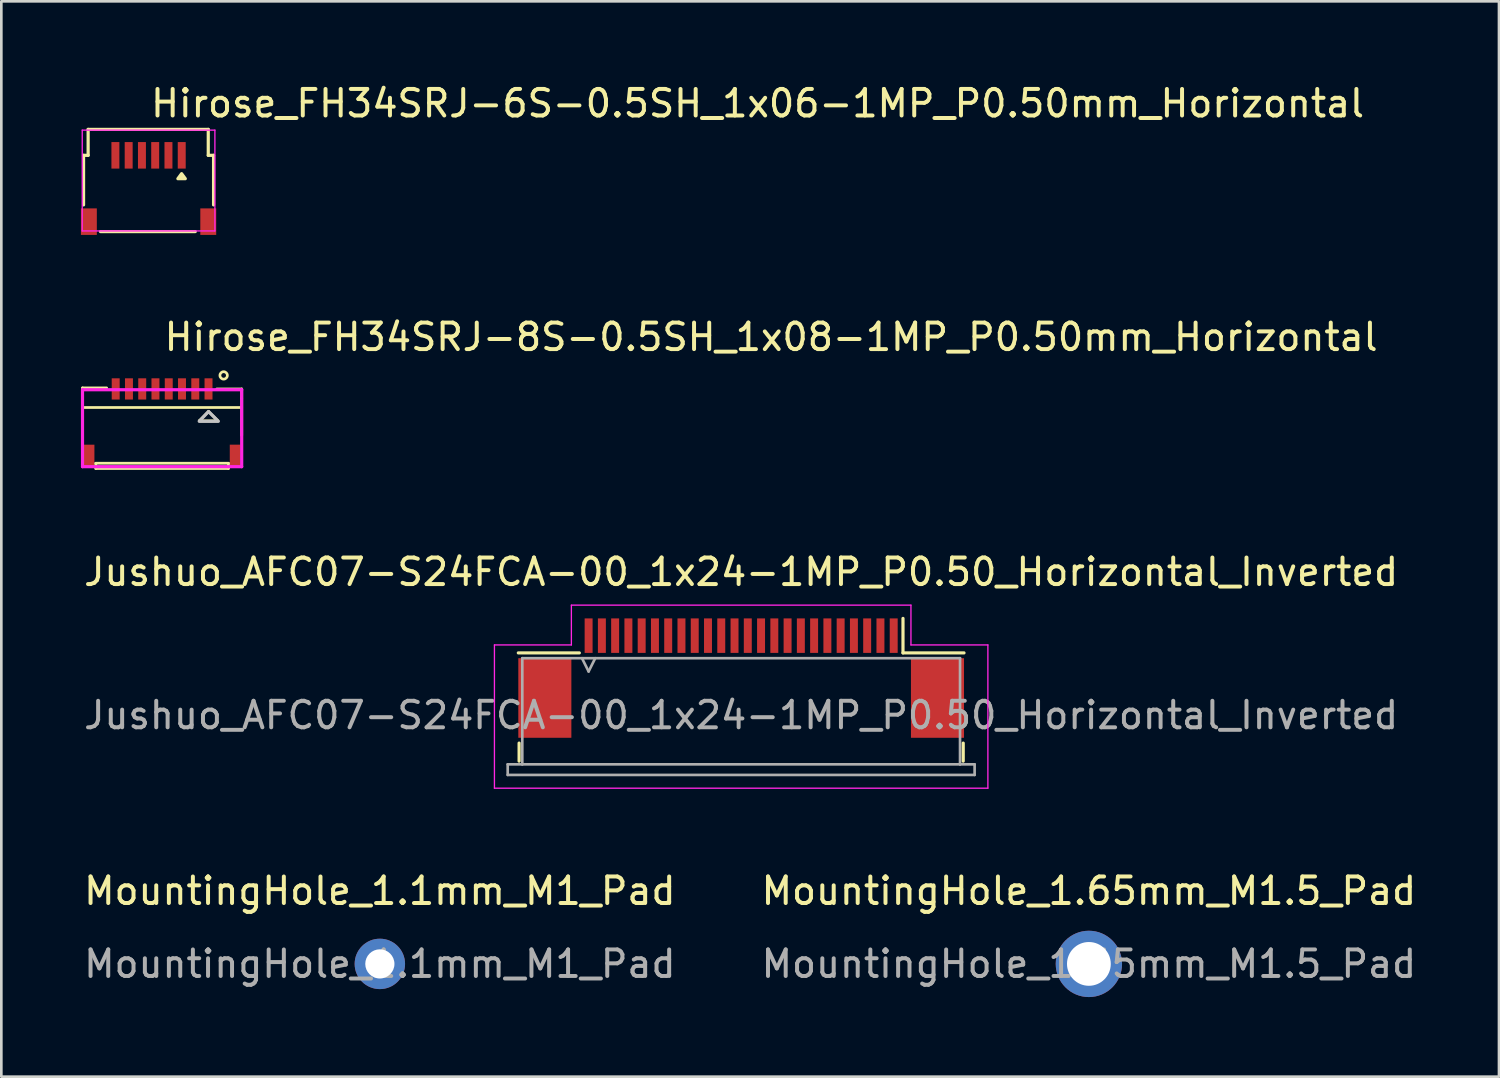
<source format=kicad_pcb>
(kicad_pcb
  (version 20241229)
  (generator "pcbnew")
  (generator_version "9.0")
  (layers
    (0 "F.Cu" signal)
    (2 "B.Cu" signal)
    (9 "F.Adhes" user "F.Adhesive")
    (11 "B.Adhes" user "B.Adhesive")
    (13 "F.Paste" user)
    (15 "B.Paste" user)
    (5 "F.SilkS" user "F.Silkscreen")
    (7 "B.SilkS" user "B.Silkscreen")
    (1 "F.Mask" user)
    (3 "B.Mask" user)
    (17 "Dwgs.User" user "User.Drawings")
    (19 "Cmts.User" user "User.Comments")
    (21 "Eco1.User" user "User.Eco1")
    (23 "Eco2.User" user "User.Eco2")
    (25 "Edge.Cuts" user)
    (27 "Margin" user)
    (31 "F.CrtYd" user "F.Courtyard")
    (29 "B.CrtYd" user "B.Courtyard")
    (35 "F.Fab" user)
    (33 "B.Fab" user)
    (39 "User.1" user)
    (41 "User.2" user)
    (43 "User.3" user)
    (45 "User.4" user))
  (footprint "Hirose_FH34SRJ-8S-0.5SH_1x08-1MP_P0.50mm_Horizontal"
    (layer "F.Cu")
    (at 3.06 12.861)
    (property "Reference" "Hirose_FH34SRJ-8S-0.5SH_1x08-1MP_P0.50mm_Horizontal" (at 0 -3.207 0) (layer "F.SilkS") (effects (font (size 1 1) (thickness 0.15)) (justify left)))
    (attr smd)
    (fp_line (start -3 -1.29) (end -2.09 -1.29) (stroke (width 0.102) (type solid)) (layer "F.SilkS"))
    (fp_line (start -3 -0.902) (end -3 -1.29) (stroke (width 0.102) (type solid)) (layer "F.SilkS"))
    (fp_line (start -3 -0.902) (end -3 0.501) (stroke (width 0.102) (type solid)) (layer "F.SilkS"))
    (fp_line (start -3 -0.551) (end 3 -0.551) (stroke (width 0.102) (type solid)) (layer "F.SilkS"))
    (fp_line (start -2.499 1.55) (end -2.499 1.75) (stroke (width 0.102) (type solid)) (layer "F.SilkS"))
    (fp_line (start -2.499 1.75) (end 2.499 1.75) (stroke (width 0.102) (type solid)) (layer "F.SilkS"))
    (fp_line (start 1.401 -0.05) (end 2.101 -0.05) (stroke (width 0.102) (type solid)) (layer "F.SilkS"))
    (fp_line (start 1.751 -0.4) (end 1.401 -0.05) (stroke (width 0.102) (type solid)) (layer "F.SilkS"))
    (fp_line (start 2.101 -0.05) (end 1.751 -0.4) (stroke (width 0.102) (type solid)) (layer "F.SilkS"))
    (fp_line (start 2.499 1.55) (end -2.499 1.55) (stroke (width 0.102) (type solid)) (layer "F.SilkS"))
    (fp_line (start 2.501 1.55) (end 2.501 1.75) (stroke (width 0.102) (type solid)) (layer "F.SilkS"))
    (fp_line (start 3.001 -1.25) (end 2.06 -1.25) (stroke (width 0.102) (type solid)) (layer "F.SilkS"))
    (fp_line (start 3.001 -0.9) (end 3.001 -1.25) (stroke (width 0.102) (type solid)) (layer "F.SilkS"))
    (fp_line (start 3.001 0.5) (end 3.001 -0.9) (stroke (width 0.102) (type solid)) (layer "F.SilkS"))
    (fp_circle (center 2.32 -1.76) (end 2.46 -1.76) (stroke (width 0.102) (type solid)) (fill no) (layer "F.SilkS"))
    (fp_poly (pts (xy 1.4 -0.03) (xy 2.12 -0.03) (xy 1.75 -0.4)) (stroke (width 0.12) (type solid)) (fill no) (layer "Dwgs.User"))
    (fp_line (start -3 -1.22) (end 3 -1.22) (stroke (width 0.12) (type solid)) (layer "F.CrtYd"))
    (fp_line (start -3 1.68) (end -3 -1.22) (stroke (width 0.12) (type solid)) (layer "F.CrtYd"))
    (fp_line (start 3 -1.22) (end 3 1.68) (stroke (width 0.12) (type solid)) (layer "F.CrtYd"))
    (fp_line (start 3 1.68) (end -3 1.68) (stroke (width 0.12) (type solid)) (layer "F.CrtYd"))
    (pad "1" smd rect (at 1.75 -1.251 180) (size 0.3 0.8) (layers "F.Cu" "F.Mask" "F.Paste"))
    (pad "2" smd rect (at 1.251 -1.251 180) (size 0.3 0.8) (layers "F.Cu" "F.Mask" "F.Paste"))
    (pad "3" smd rect (at 0.75 -1.251 180) (size 0.3 0.8) (layers "F.Cu" "F.Mask" "F.Paste"))
    (pad "4" smd rect (at 0.251 -1.251 180) (size 0.3 0.8) (layers "F.Cu" "F.Mask" "F.Paste"))
    (pad "5" smd rect (at -0.25 -1.251 180) (size 0.3 0.8) (layers "F.Cu" "F.Mask" "F.Paste"))
    (pad "6" smd rect (at -0.749 -1.251 180) (size 0.3 0.8) (layers "F.Cu" "F.Mask" "F.Paste"))
    (pad "7" smd rect (at -1.249 -1.251 180) (size 0.3 0.8) (layers "F.Cu" "F.Mask" "F.Paste"))
    (pad "8" smd rect (at -1.749 -1.251 180) (size 0.3 0.8) (layers "F.Cu" "F.Mask" "F.Paste"))
    (pad "MP" smd rect (at -2.751 1.251) (size 0.4 0.8) (layers "F.Cu" "F.Mask" "F.Paste"))
    (pad "MP" smd rect (at 2.751 1.25 180) (size 0.4 0.8) (layers "F.Cu" "F.Mask" "F.Paste")))
  (footprint "Jushuo_AFC07-S24FCA-00_1x24-1MP_P0.50_Horizontal_Inverted"
    (layer "F.Cu")
    (at 24.887 22.51)
    (property "Reference" "Jushuo_AFC07-S24FCA-00_1x24-1MP_P0.50_Horizontal_Inverted" (at 0 -4 0) (layer "F.SilkS") (effects (font (size 1 1) (thickness 0.15))))
    (attr smd)
    (fp_line (start -8.37 2.45) (end -8.37 3.13) (stroke (width 0.12) (type solid)) (layer "F.SilkS"))
    (fp_line (start -6.1 -0.95) (end -8.4 -0.95) (stroke (width 0.12) (type solid)) (layer "F.SilkS"))
    (fp_line (start 6.1 -0.95) (end 6.1 -2.25) (stroke (width 0.12) (type solid)) (layer "F.SilkS"))
    (fp_line (start 6.1 -0.95) (end 8.4 -0.95) (stroke (width 0.12) (type solid)) (layer "F.SilkS"))
    (fp_line (start 8.37 2.45) (end 8.37 3.13) (stroke (width 0.12) (type solid)) (layer "F.SilkS"))
    (fp_line (start -9.3 -1.25) (end -9.3 4.15) (stroke (width 0.05) (type solid)) (layer "F.CrtYd"))
    (fp_line (start -9.3 4.15) (end 9.3 4.15) (stroke (width 0.05) (type solid)) (layer "F.CrtYd"))
    (fp_line (start -6.4 -2.75) (end -6.4 -1.25) (stroke (width 0.05) (type solid)) (layer "F.CrtYd"))
    (fp_line (start -6.4 -1.25) (end -9.3 -1.25) (stroke (width 0.05) (type solid)) (layer "F.CrtYd"))
    (fp_line (start 6.4 -2.75) (end -6.4 -2.75) (stroke (width 0.05) (type solid)) (layer "F.CrtYd"))
    (fp_line (start 6.4 -1.25) (end 6.4 -2.75) (stroke (width 0.05) (type solid)) (layer "F.CrtYd"))
    (fp_line (start 9.3 -1.25) (end 6.4 -1.25) (stroke (width 0.05) (type solid)) (layer "F.CrtYd"))
    (fp_line (start 9.3 4.15) (end 9.3 -1.25) (stroke (width 0.05) (type solid)) (layer "F.CrtYd"))
    (fp_line (start -8.8 3.25) (end -8.8 3.65) (stroke (width 0.1) (type solid)) (layer "F.Fab"))
    (fp_line (start -8.8 3.65) (end 8.8 3.65) (stroke (width 0.1) (type solid)) (layer "F.Fab"))
    (fp_line (start -8.25 -0.75) (end 8.25 -0.75) (stroke (width 0.1) (type solid)) (layer "F.Fab"))
    (fp_line (start -8.25 3.25) (end -8.8 3.25) (stroke (width 0.1) (type solid)) (layer "F.Fab"))
    (fp_line (start -8.25 3.25) (end -8.25 -0.75) (stroke (width 0.1) (type solid)) (layer "F.Fab"))
    (fp_line (start -6 -0.75) (end -5.75 -0.25) (stroke (width 0.1) (type solid)) (layer "F.Fab"))
    (fp_line (start -5.75 -0.25) (end -5.5 -0.75) (stroke (width 0.1) (type solid)) (layer "F.Fab"))
    (fp_line (start 8.25 3.25) (end -8.25 3.25) (stroke (width 0.1) (type solid)) (layer "F.Fab"))
    (fp_line (start 8.25 3.25) (end 8.25 -0.75) (stroke (width 0.1) (type solid)) (layer "F.Fab"))
    (fp_line (start 8.8 3.25) (end 8.25 3.25) (stroke (width 0.1) (type solid)) (layer "F.Fab"))
    (fp_line (start 8.8 3.65) (end 8.8 3.25) (stroke (width 0.1) (type solid)) (layer "F.Fab"))
    (fp_text user "${REFERENCE}" (at 0 1.4 0) (unlocked yes) (layer "F.Fab") (effects (font (size 1 1) (thickness 0.15))))
    (pad "1" smd rect (at 5.75 -1.6) (size 0.3 1.3) (layers "F.Cu" "F.Mask" "F.Paste"))
    (pad "2" smd rect (at 5.25 -1.6) (size 0.3 1.3) (layers "F.Cu" "F.Mask" "F.Paste"))
    (pad "3" smd rect (at 4.75 -1.6) (size 0.3 1.3) (layers "F.Cu" "F.Mask" "F.Paste"))
    (pad "4" smd rect (at 4.25 -1.6) (size 0.3 1.3) (layers "F.Cu" "F.Mask" "F.Paste"))
    (pad "5" smd rect (at 3.75 -1.6) (size 0.3 1.3) (layers "F.Cu" "F.Mask" "F.Paste"))
    (pad "6" smd rect (at 3.25 -1.6) (size 0.3 1.3) (layers "F.Cu" "F.Mask" "F.Paste"))
    (pad "7" smd rect (at 2.75 -1.6) (size 0.3 1.3) (layers "F.Cu" "F.Mask" "F.Paste"))
    (pad "8" smd rect (at 2.25 -1.6) (size 0.3 1.3) (layers "F.Cu" "F.Mask" "F.Paste"))
    (pad "9" smd rect (at 1.75 -1.6) (size 0.3 1.3) (layers "F.Cu" "F.Mask" "F.Paste"))
    (pad "10" smd rect (at 1.25 -1.6) (size 0.3 1.3) (layers "F.Cu" "F.Mask" "F.Paste"))
    (pad "11" smd rect (at 0.75 -1.6) (size 0.3 1.3) (layers "F.Cu" "F.Mask" "F.Paste"))
    (pad "12" smd rect (at 0.25 -1.6) (size 0.3 1.3) (layers "F.Cu" "F.Mask" "F.Paste"))
    (pad "13" smd rect (at -0.25 -1.6) (size 0.3 1.3) (layers "F.Cu" "F.Mask" "F.Paste"))
    (pad "14" smd rect (at -0.75 -1.6) (size 0.3 1.3) (layers "F.Cu" "F.Mask" "F.Paste"))
    (pad "15" smd rect (at -1.25 -1.6) (size 0.3 1.3) (layers "F.Cu" "F.Mask" "F.Paste"))
    (pad "16" smd rect (at -1.75 -1.6) (size 0.3 1.3) (layers "F.Cu" "F.Mask" "F.Paste"))
    (pad "17" smd rect (at -2.25 -1.6) (size 0.3 1.3) (layers "F.Cu" "F.Mask" "F.Paste"))
    (pad "18" smd rect (at -2.75 -1.6) (size 0.3 1.3) (layers "F.Cu" "F.Mask" "F.Paste"))
    (pad "19" smd rect (at -3.25 -1.6) (size 0.3 1.3) (layers "F.Cu" "F.Mask" "F.Paste"))
    (pad "20" smd rect (at -3.75 -1.6) (size 0.3 1.3) (layers "F.Cu" "F.Mask" "F.Paste"))
    (pad "21" smd rect (at -4.25 -1.6) (size 0.3 1.3) (layers "F.Cu" "F.Mask" "F.Paste"))
    (pad "22" smd rect (at -4.75 -1.6) (size 0.3 1.3) (layers "F.Cu" "F.Mask" "F.Paste"))
    (pad "23" smd rect (at -5.25 -1.6) (size 0.3 1.3) (layers "F.Cu" "F.Mask" "F.Paste"))
    (pad "24" smd rect (at -5.75 -1.6) (size 0.3 1.3) (layers "F.Cu" "F.Mask" "F.Paste"))
    (pad "MP" smd rect (at -7.4 0.75) (size 2 3) (layers "F.Cu" "F.Mask" "F.Paste"))
    (pad "MP" smd rect (at 7.4 0.75) (size 2 3) (layers "F.Cu" "F.Mask" "F.Paste")))
  (footprint "Hirose_FH34SRJ-6S-0.5SH_1x06-1MP_P0.50mm_Horizontal"
    (layer "F.Cu")
    (at 2.55 4.055)
    (property "Reference" "Hirose_FH34SRJ-6S-0.5SH_1x06-1MP_P0.50mm_Horizontal" (at 0 -3.207 0) (layer "F.SilkS") (effects (font (size 1 1) (thickness 0.15)) (justify left)))
    (attr smd)
    (fp_line (start -2.45 -1.25) (end -2.278 -1.25) (stroke (width 0.12) (type solid)) (layer "F.SilkS"))
    (fp_line (start -2.45 0.619) (end -2.45 -1.25) (stroke (width 0.12) (type solid)) (layer "F.SilkS"))
    (fp_line (start -2.278 -2.228) (end 2.25 -2.228) (stroke (width 0.12) (type solid)) (layer "F.SilkS"))
    (fp_line (start -2.278 -1.25) (end -2.278 -2.228) (stroke (width 0.12) (type solid)) (layer "F.SilkS"))
    (fp_line (start -1.814 1.624) (end 1.761 1.624) (stroke (width 0.12) (type solid)) (layer "F.SilkS"))
    (fp_line (start 2.25 -2.228) (end 2.25 -1.25) (stroke (width 0.12) (type solid)) (layer "F.SilkS"))
    (fp_line (start 2.25 -1.25) (end 2.45 -1.25) (stroke (width 0.12) (type solid)) (layer "F.SilkS"))
    (fp_line (start 2.45 0.619) (end 2.45 -1.25) (stroke (width 0.12) (type solid)) (layer "F.SilkS"))
    (fp_poly (pts (xy 1.245 -0.559) (xy 1.385 -0.369) (xy 1.105 -0.369) (xy 1.245 -0.559)) (stroke (width 0.12) (type solid)) (fill yes) (layer "F.SilkS"))
    (fp_line (start -2.5 -2.2) (end 2.5 -2.2) (stroke (width 0.05) (type solid)) (layer "F.CrtYd"))
    (fp_line (start -2.5 1.6) (end -2.5 -2.2) (stroke (width 0.05) (type solid)) (layer "F.CrtYd"))
    (fp_line (start 2.5 -2.2) (end 2.5 1.6) (stroke (width 0.05) (type solid)) (layer "F.CrtYd"))
    (fp_line (start 2.5 1.6) (end -2.5 1.6) (stroke (width 0.05) (type solid)) (layer "F.CrtYd"))
    (pad "1" smd rect (at 1.25 -1.25 90) (size 1 0.3) (layers "F.Cu" "F.Mask" "F.Paste"))
    (pad "2" smd rect (at 0.75 -1.25 90) (size 1 0.3) (layers "F.Cu" "F.Mask" "F.Paste"))
    (pad "3" smd rect (at 0.25 -1.25 90) (size 1 0.3) (layers "F.Cu" "F.Mask" "F.Paste"))
    (pad "4" smd rect (at -0.25 -1.25 90) (size 1 0.3) (layers "F.Cu" "F.Mask" "F.Paste"))
    (pad "5" smd rect (at -0.75 -1.25 90) (size 1 0.3) (layers "F.Cu" "F.Mask" "F.Paste"))
    (pad "6" smd rect (at -1.25 -1.25 90) (size 1 0.3) (layers "F.Cu" "F.Mask" "F.Paste"))
    (pad "MP" smd rect (at -2.25 1.25 90) (size 1 0.6) (layers "F.Cu" "F.Mask" "F.Paste"))
    (pad "MP" smd rect (at 2.25 1.25 90) (size 1 0.6) (layers "F.Cu" "F.Mask" "F.Paste")))
  (footprint "MountingHole_1.65mm_M1.5_Pad"
    (layer "F.Cu")
    (at 37.994 33.283)
    (property "Reference" "MountingHole_1.65mm_M1.5_Pad" (at 0 -2.75 0) (layer "F.SilkS") (effects (font (size 1 1) (thickness 0.15))))
    (attr board_only exclude_from_pos_files exclude_from_bom)
    (fp_text user "${REFERENCE}" (at 0 0 0) (layer "F.Fab") (effects (font (size 1 1) (thickness 0.15))))
    (pad "1" thru_hole circle (at 0 0) (size 2.5 2.5) (drill 1.65) (layers "*.Cu" "*.Mask")))
  (footprint "MountingHole_1.1mm_M1_Pad"
    (layer "F.Cu")
    (at 11.268 33.283)
    (property "Reference" "MountingHole_1.1mm_M1_Pad" (at 0 -2.75 0) (layer "F.SilkS") (effects (font (size 1 1) (thickness 0.15))))
    (attr board_only exclude_from_pos_files exclude_from_bom)
    (fp_text user "${REFERENCE}" (at 0 0 0) (layer "F.Fab") (effects (font (size 1 1) (thickness 0.15))))
    (pad "1" thru_hole circle (at 0 0) (size 1.9 1.9) (drill 1.1) (layers "*.Cu" "*.Mask")))
  (gr_rect
    (start -3 -3)
    (end 53.452 37.533)
    (stroke (width 0.1) (type default))
    (fill no)
    (layer "Edge.Cuts")))
</source>
